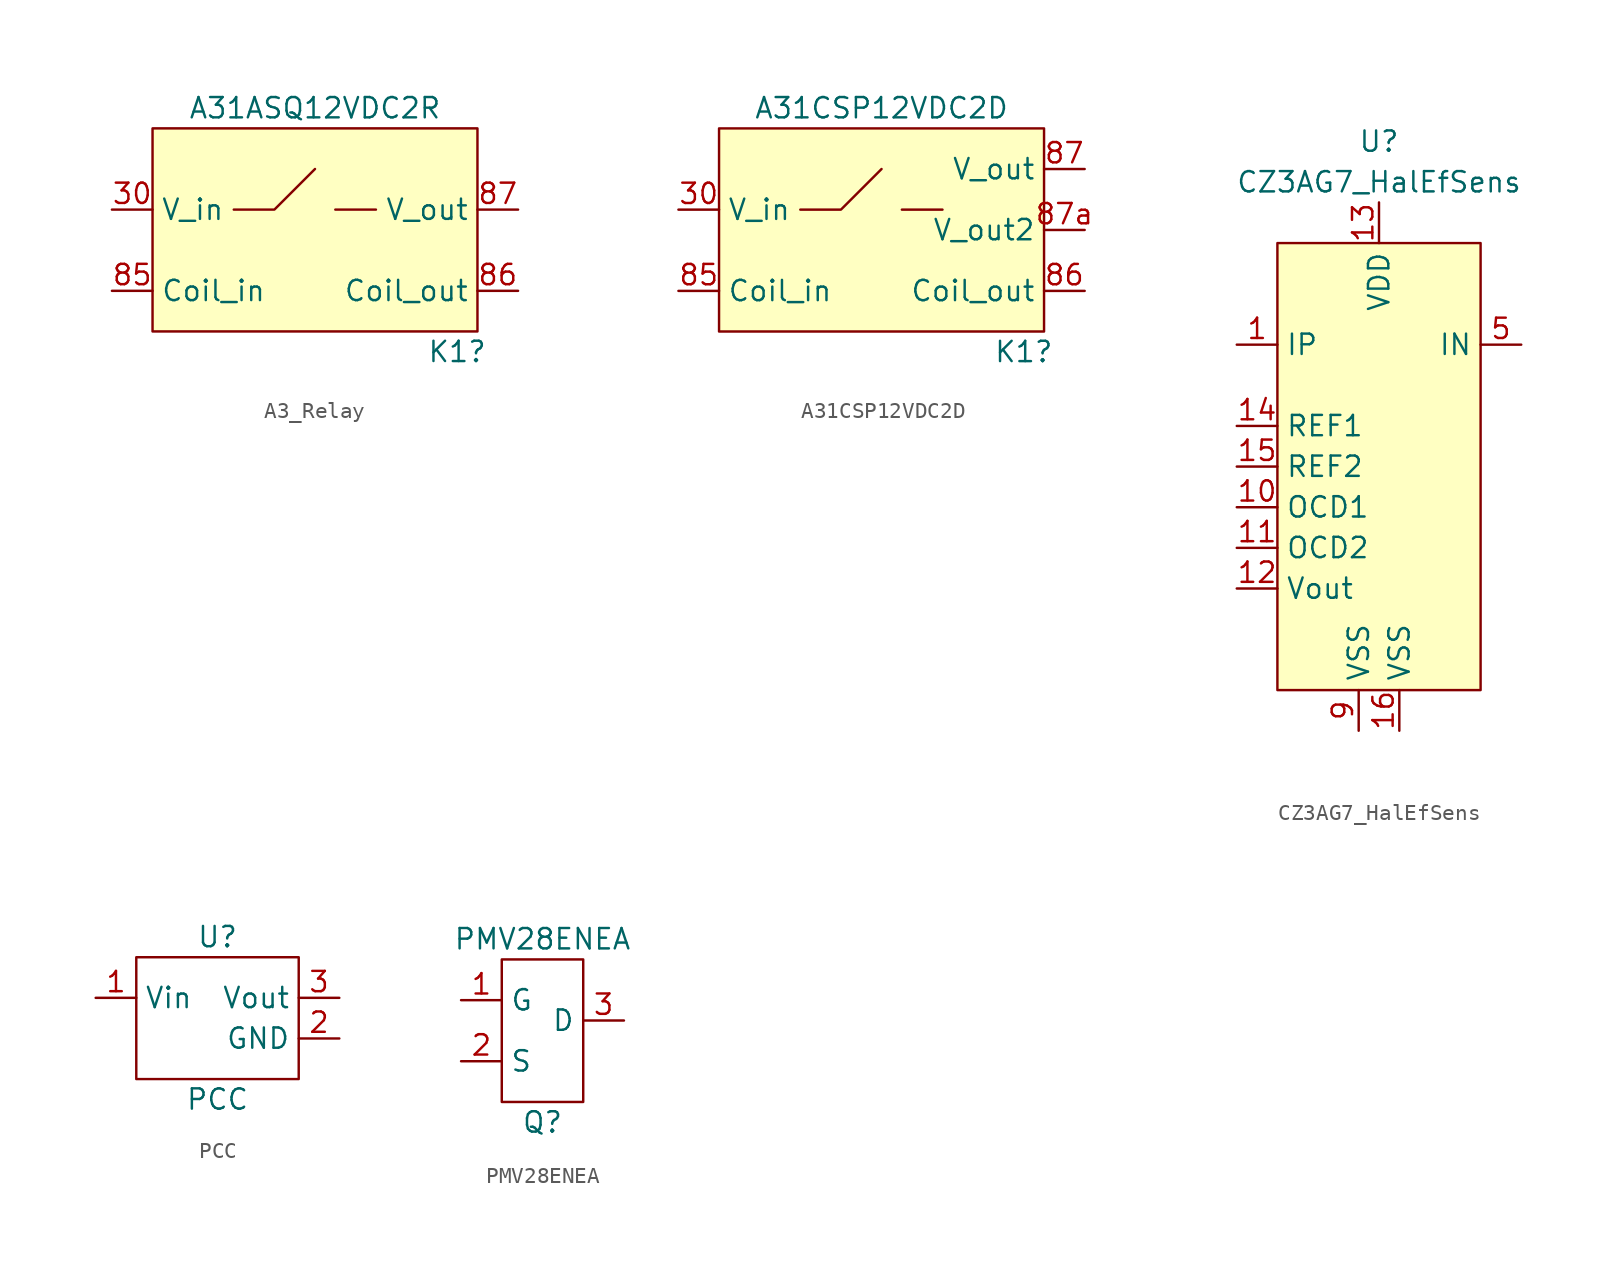
<source format=kicad_sym>
(kicad_symbol_lib
  (version 20211014)
  (generator kicad_symbol_editor)
  (symbol "A3_Relay"
    (property "Reference" "K1"
      (at 8.89 -10.16 0)
      (effects (font (size 1.27 1.27))))
    (property "Value" "A31ASQ12VDC2R"
      (at 0 5.08 0)
      (effects (font (size 1.27 1.27))))
    (symbol "A3_Relay_0_1"
      (rectangle (start -10.16 3.81) (end 10.16 -8.89) (stroke (width 0) (type default) (color 0 0 0 0)) (fill (type background)))
      (polyline (pts (xy 1.27 -1.27) (xy 3.81 -1.27)) (stroke (width 0) (type default) (color 0 0 0 0)) (fill (type none)))
      (polyline (pts (xy -5.08 -1.27) (xy -2.54 -1.27) (xy 0 1.27)) (stroke (width 0) (type default) (color 0 0 0 0)) (fill (type none))))
    (symbol "A3_Relay_1_1"
      (pin power_in line (at -12.7 -1.27 0) (length 2.54) (name "V_in" (effects (font (size 1.27 1.27)))) (number "30" (effects (font (size 1.27 1.27)))))
      (pin power_in line (at -12.7 -6.35 0) (length 2.54) (name "Coil_in" (effects (font (size 1.27 1.27)))) (number "85" (effects (font (size 1.27 1.27)))))
      (pin power_out line (at 12.7 -6.35 180) (length 2.54) (name "Coil_out" (effects (font (size 1.27 1.27)))) (number "86" (effects (font (size 1.27 1.27)))))
      (pin power_out line (at 12.7 -1.27 180) (length 2.54) (name "V_out" (effects (font (size 1.27 1.27)))) (number "87" (effects (font (size 1.27 1.27)))))))
  (symbol "A31CSP12VDC2D"
    (property "Reference" "K1"
      (at 8.89 -10.16 0)
      (effects (font (size 1.27 1.27))))
    (property "Value" "A31CSP12VDC2D"
      (at 0 5.08 0)
      (effects (font (size 1.27 1.27))))
    (symbol "A31CSP12VDC2D_0_1"
      (rectangle (start -10.16 3.81) (end 10.16 -8.89) (stroke (width 0) (type default) (color 0 0 0 0)) (fill (type background)))
      (polyline (pts (xy 1.27 -1.27) (xy 3.81 -1.27)) (stroke (width 0) (type default) (color 0 0 0 0)) (fill (type none)))
      (polyline (pts (xy -5.08 -1.27) (xy -2.54 -1.27) (xy 0 1.27)) (stroke (width 0) (type default) (color 0 0 0 0)) (fill (type none))))
    (symbol "A31CSP12VDC2D_1_1"
      (pin power_in line (at -12.7 -1.27 0) (length 2.54) (name "V_in" (effects (font (size 1.27 1.27)))) (number "30" (effects (font (size 1.27 1.27)))))
      (pin power_in line (at -12.7 -6.35 0) (length 2.54) (name "Coil_in" (effects (font (size 1.27 1.27)))) (number "85" (effects (font (size 1.27 1.27)))))
      (pin power_out line (at 12.7 -6.35 180) (length 2.54) (name "Coil_out" (effects (font (size 1.27 1.27)))) (number "86" (effects (font (size 1.27 1.27)))))
      (pin power_out line (at 12.7 1.27 180) (length 2.54) (name "V_out" (effects (font (size 1.27 1.27)))) (number "87" (effects (font (size 1.27 1.27)))))
      (pin power_out line (at 12.7 -2.54 180) (length 2.54) (name "V_out2" (effects (font (size 1.27 1.27)))) (number "87a" (effects (font (size 1.27 1.27)))))))
  (symbol "CZ3AG7_HalEfSens"
    (property "Reference" "U"
      (at 0 20.32 0)
      (effects (font (size 1.27 1.27))))
    (property "Value" "CZ3AG7_HalEfSens"
      (at 0 17.78 0)
      (effects (font (size 1.27 1.27))))
    (symbol "CZ3AG7_HalEfSens_0_1"
      (rectangle (start -6.35 13.97) (end 6.35 -13.97) (stroke (width 0.152) (type default) (color 0 0 0 0)) (fill (type background))))
    (symbol "CZ3AG7_HalEfSens_1_1"
      (pin input line (at -8.89 7.62 0) (length 2.54) (name "IP" (effects (font (size 1.27 1.27)))) (number "1" (effects (font (size 1.27 1.27)))))
      (pin output line (at -8.89 -2.54 0) (length 2.54) (name "OCD1" (effects (font (size 1.27 1.27)))) (number "10" (effects (font (size 1.27 1.27)))))
      (pin output line (at -8.89 -5.08 0) (length 2.54) (name "OCD2" (effects (font (size 1.27 1.27)))) (number "11" (effects (font (size 1.27 1.27)))))
      (pin output line (at -8.89 -7.62 0) (length 2.54) (name "Vout" (effects (font (size 1.27 1.27)))) (number "12" (effects (font (size 1.27 1.27)))))
      (pin power_in line (at 0 16.51 270) (length 2.54) (name "VDD" (effects (font (size 1.27 1.27)))) (number "13" (effects (font (size 1.27 1.27)))))
      (pin input line (at -8.89 2.54 0) (length 2.54) (name "REF1" (effects (font (size 1.27 1.27)))) (number "14" (effects (font (size 1.27 1.27)))))
      (pin input line (at -8.89 0 0) (length 2.54) (name "REF2" (effects (font (size 1.27 1.27)))) (number "15" (effects (font (size 1.27 1.27)))))
      (pin power_in line (at 1.27 -16.51 90) (length 2.54) (name "VSS" (effects (font (size 1.27 1.27)))) (number "16" (effects (font (size 1.27 1.27)))))
      (pin input line (at 8.89 7.62 180) (length 2.54) (name "IN" (effects (font (size 1.27 1.27)))) (number "5" (effects (font (size 1.27 1.27)))))
      (pin power_in line (at -1.27 -16.51 90) (length 2.54) (name "VSS" (effects (font (size 1.27 1.27)))) (number "9" (effects (font (size 1.27 1.27)))))))
  (symbol "PCC"
    (property "Reference" "U"
      (at 0 5.08 0)
      (effects (font (size 1.27 1.27))))
    (property "Value" "PCC"
      (at 0 -5.08 0)
      (effects (font (size 1.27 1.27))))
    (symbol "PCC_0_1"
      (rectangle (start -5.08 3.81) (end 5.08 -3.81) (stroke (width 0) (type default) (color 0 0 0 0)) (fill (type none))))
    (symbol "PCC_1_1"
      (pin power_in line (at -7.62 1.27 0) (length 2.54) (name "Vin" (effects (font (size 1.27 1.27)))) (number "1" (effects (font (size 1.27 1.27)))))
      (pin power_in line (at 7.62 -1.27 180) (length 2.54) (name "GND" (effects (font (size 1.27 1.27)))) (number "2" (effects (font (size 1.27 1.27)))))
      (pin power_out line (at 7.62 1.27 180) (length 2.54) (name "Vout" (effects (font (size 1.27 1.27)))) (number "3" (effects (font (size 1.27 1.27)))))))
  (symbol "PMV28ENEA"
    (property "Reference" "Q"
      (at 0 -8.89 0)
      (effects (font (size 1.27 1.27))))
    (property "Value" "PMV28ENEA"
      (at 0 2.54 0)
      (effects (font (size 1.27 1.27))))
    (symbol "PMV28ENEA_0_1"
      (rectangle (start -2.54 1.27) (end 2.54 -7.62) (stroke (width 0) (type default) (color 0 0 0 0)) (fill (type none))))
    (symbol "PMV28ENEA_1_1"
      (pin input line (at -5.08 -1.27 0) (length 2.54) (name "G" (effects (font (size 1.27 1.27)))) (number "1" (effects (font (size 1.27 1.27)))))
      (pin input line (at -5.08 -5.08 0) (length 2.54) (name "S" (effects (font (size 1.27 1.27)))) (number "2" (effects (font (size 1.27 1.27)))))
      (pin output line (at 5.08 -2.54 180) (length 2.54) (name "D" (effects (font (size 1.27 1.27)))) (number "3" (effects (font (size 1.27 1.27))))))))
</source>
